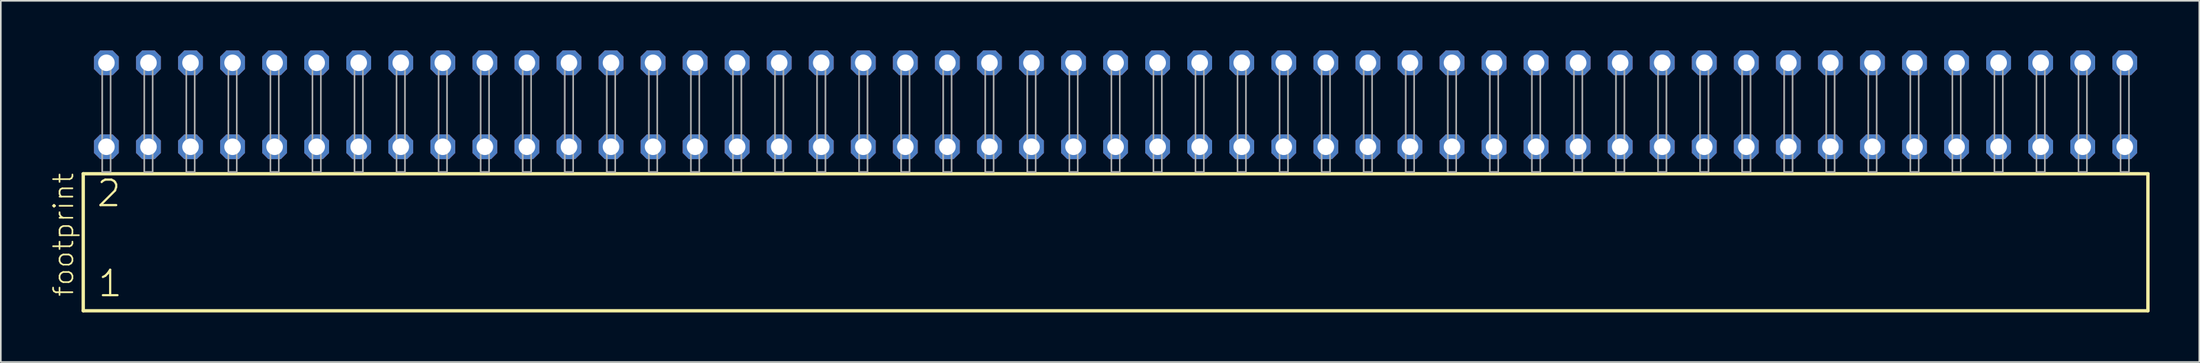
<source format=kicad_pcb>
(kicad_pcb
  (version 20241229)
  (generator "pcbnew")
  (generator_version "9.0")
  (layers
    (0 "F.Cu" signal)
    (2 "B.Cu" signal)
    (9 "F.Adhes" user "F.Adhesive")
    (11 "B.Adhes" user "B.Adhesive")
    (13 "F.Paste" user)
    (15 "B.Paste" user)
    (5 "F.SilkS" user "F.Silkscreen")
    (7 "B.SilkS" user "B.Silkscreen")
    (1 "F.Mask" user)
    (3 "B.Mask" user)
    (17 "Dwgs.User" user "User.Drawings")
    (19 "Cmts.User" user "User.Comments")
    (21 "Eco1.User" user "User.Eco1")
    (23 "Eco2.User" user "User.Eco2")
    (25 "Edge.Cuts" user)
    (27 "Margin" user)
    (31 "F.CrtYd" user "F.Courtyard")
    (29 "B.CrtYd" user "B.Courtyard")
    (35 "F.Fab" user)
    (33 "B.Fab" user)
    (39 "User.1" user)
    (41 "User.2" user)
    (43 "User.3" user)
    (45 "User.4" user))
  (footprint "footprint"
    (layer "F.Cu")
    (at 64.338 7.354)
    (property "Reference" "footprint" (at -62.865 7.62 90) (layer "F.SilkS") (effects (font (size 1.168 1.168) (thickness 0.102)) (justify left bottom)))
    (fp_line (start -62.359 0.106) (end -62.359 8.396) (stroke (width 0.203) (type solid)) (layer "F.SilkS"))
    (fp_line (start -62.359 8.396) (end 62.359 8.396) (stroke (width 0.203) (type solid)) (layer "F.SilkS"))
    (fp_line (start 62.359 0.106) (end -62.359 0.106) (stroke (width 0.203) (type solid)) (layer "F.SilkS"))
    (fp_line (start 62.359 8.396) (end 62.359 0.106) (stroke (width 0.203) (type solid)) (layer "F.SilkS"))
    (fp_poly (pts (xy -61.214 0) (xy -60.706 0) (xy -60.706 -6.858) (xy -61.214 -6.858)) (stroke (width 0.1) (type solid)) (fill no) (layer "F.Fab"))
    (fp_poly (pts (xy -58.674 0) (xy -58.166 0) (xy -58.166 -6.858) (xy -58.674 -6.858)) (stroke (width 0.1) (type solid)) (fill no) (layer "F.Fab"))
    (fp_poly (pts (xy -56.134 0) (xy -55.626 0) (xy -55.626 -6.858) (xy -56.134 -6.858)) (stroke (width 0.1) (type solid)) (fill no) (layer "F.Fab"))
    (fp_poly (pts (xy -53.594 0) (xy -53.086 0) (xy -53.086 -6.858) (xy -53.594 -6.858)) (stroke (width 0.1) (type solid)) (fill no) (layer "F.Fab"))
    (fp_poly (pts (xy -51.054 0) (xy -50.546 0) (xy -50.546 -6.858) (xy -51.054 -6.858)) (stroke (width 0.1) (type solid)) (fill no) (layer "F.Fab"))
    (fp_poly (pts (xy -48.514 0) (xy -48.006 0) (xy -48.006 -6.858) (xy -48.514 -6.858)) (stroke (width 0.1) (type solid)) (fill no) (layer "F.Fab"))
    (fp_poly (pts (xy -45.974 0) (xy -45.466 0) (xy -45.466 -6.858) (xy -45.974 -6.858)) (stroke (width 0.1) (type solid)) (fill no) (layer "F.Fab"))
    (fp_poly (pts (xy -43.434 0) (xy -42.926 0) (xy -42.926 -6.858) (xy -43.434 -6.858)) (stroke (width 0.1) (type solid)) (fill no) (layer "F.Fab"))
    (fp_poly (pts (xy -40.894 0) (xy -40.386 0) (xy -40.386 -6.858) (xy -40.894 -6.858)) (stroke (width 0.1) (type solid)) (fill no) (layer "F.Fab"))
    (fp_poly (pts (xy -38.354 0) (xy -37.846 0) (xy -37.846 -6.858) (xy -38.354 -6.858)) (stroke (width 0.1) (type solid)) (fill no) (layer "F.Fab"))
    (fp_poly (pts (xy -35.814 0) (xy -35.306 0) (xy -35.306 -6.858) (xy -35.814 -6.858)) (stroke (width 0.1) (type solid)) (fill no) (layer "F.Fab"))
    (fp_poly (pts (xy -33.274 0) (xy -32.766 0) (xy -32.766 -6.858) (xy -33.274 -6.858)) (stroke (width 0.1) (type solid)) (fill no) (layer "F.Fab"))
    (fp_poly (pts (xy -30.734 0) (xy -30.226 0) (xy -30.226 -6.858) (xy -30.734 -6.858)) (stroke (width 0.1) (type solid)) (fill no) (layer "F.Fab"))
    (fp_poly (pts (xy -28.194 0) (xy -27.686 0) (xy -27.686 -6.858) (xy -28.194 -6.858)) (stroke (width 0.1) (type solid)) (fill no) (layer "F.Fab"))
    (fp_poly (pts (xy -25.654 0) (xy -25.146 0) (xy -25.146 -6.858) (xy -25.654 -6.858)) (stroke (width 0.1) (type solid)) (fill no) (layer "F.Fab"))
    (fp_poly (pts (xy -23.114 0) (xy -22.606 0) (xy -22.606 -6.858) (xy -23.114 -6.858)) (stroke (width 0.1) (type solid)) (fill no) (layer "F.Fab"))
    (fp_poly (pts (xy -20.574 0) (xy -20.066 0) (xy -20.066 -6.858) (xy -20.574 -6.858)) (stroke (width 0.1) (type solid)) (fill no) (layer "F.Fab"))
    (fp_poly (pts (xy -18.034 0) (xy -17.526 0) (xy -17.526 -6.858) (xy -18.034 -6.858)) (stroke (width 0.1) (type solid)) (fill no) (layer "F.Fab"))
    (fp_poly (pts (xy -15.494 0) (xy -14.986 0) (xy -14.986 -6.858) (xy -15.494 -6.858)) (stroke (width 0.1) (type solid)) (fill no) (layer "F.Fab"))
    (fp_poly (pts (xy -12.954 0) (xy -12.446 0) (xy -12.446 -6.858) (xy -12.954 -6.858)) (stroke (width 0.1) (type solid)) (fill no) (layer "F.Fab"))
    (fp_poly (pts (xy -10.414 0) (xy -9.906 0) (xy -9.906 -6.858) (xy -10.414 -6.858)) (stroke (width 0.1) (type solid)) (fill no) (layer "F.Fab"))
    (fp_poly (pts (xy -7.874 0) (xy -7.366 0) (xy -7.366 -6.858) (xy -7.874 -6.858)) (stroke (width 0.1) (type solid)) (fill no) (layer "F.Fab"))
    (fp_poly (pts (xy -5.334 0) (xy -4.826 0) (xy -4.826 -6.858) (xy -5.334 -6.858)) (stroke (width 0.1) (type solid)) (fill no) (layer "F.Fab"))
    (fp_poly (pts (xy -2.794 0) (xy -2.286 0) (xy -2.286 -6.858) (xy -2.794 -6.858)) (stroke (width 0.1) (type solid)) (fill no) (layer "F.Fab"))
    (fp_poly (pts (xy -0.254 0) (xy 0.254 0) (xy 0.254 -6.858) (xy -0.254 -6.858)) (stroke (width 0.1) (type solid)) (fill no) (layer "F.Fab"))
    (fp_poly (pts (xy 2.286 0) (xy 2.794 0) (xy 2.794 -6.858) (xy 2.286 -6.858)) (stroke (width 0.1) (type solid)) (fill no) (layer "F.Fab"))
    (fp_poly (pts (xy 4.826 0) (xy 5.334 0) (xy 5.334 -6.858) (xy 4.826 -6.858)) (stroke (width 0.1) (type solid)) (fill no) (layer "F.Fab"))
    (fp_poly (pts (xy 7.366 0) (xy 7.874 0) (xy 7.874 -6.858) (xy 7.366 -6.858)) (stroke (width 0.1) (type solid)) (fill no) (layer "F.Fab"))
    (fp_poly (pts (xy 9.906 0) (xy 10.414 0) (xy 10.414 -6.858) (xy 9.906 -6.858)) (stroke (width 0.1) (type solid)) (fill no) (layer "F.Fab"))
    (fp_poly (pts (xy 12.446 0) (xy 12.954 0) (xy 12.954 -6.858) (xy 12.446 -6.858)) (stroke (width 0.1) (type solid)) (fill no) (layer "F.Fab"))
    (fp_poly (pts (xy 14.986 0) (xy 15.494 0) (xy 15.494 -6.858) (xy 14.986 -6.858)) (stroke (width 0.1) (type solid)) (fill no) (layer "F.Fab"))
    (fp_poly (pts (xy 17.526 0) (xy 18.034 0) (xy 18.034 -6.858) (xy 17.526 -6.858)) (stroke (width 0.1) (type solid)) (fill no) (layer "F.Fab"))
    (fp_poly (pts (xy 20.066 0) (xy 20.574 0) (xy 20.574 -6.858) (xy 20.066 -6.858)) (stroke (width 0.1) (type solid)) (fill no) (layer "F.Fab"))
    (fp_poly (pts (xy 22.606 0) (xy 23.114 0) (xy 23.114 -6.858) (xy 22.606 -6.858)) (stroke (width 0.1) (type solid)) (fill no) (layer "F.Fab"))
    (fp_poly (pts (xy 25.146 0) (xy 25.654 0) (xy 25.654 -6.858) (xy 25.146 -6.858)) (stroke (width 0.1) (type solid)) (fill no) (layer "F.Fab"))
    (fp_poly (pts (xy 27.686 0) (xy 28.194 0) (xy 28.194 -6.858) (xy 27.686 -6.858)) (stroke (width 0.1) (type solid)) (fill no) (layer "F.Fab"))
    (fp_poly (pts (xy 30.226 0) (xy 30.734 0) (xy 30.734 -6.858) (xy 30.226 -6.858)) (stroke (width 0.1) (type solid)) (fill no) (layer "F.Fab"))
    (fp_poly (pts (xy 32.766 0) (xy 33.274 0) (xy 33.274 -6.858) (xy 32.766 -6.858)) (stroke (width 0.1) (type solid)) (fill no) (layer "F.Fab"))
    (fp_poly (pts (xy 35.306 0) (xy 35.814 0) (xy 35.814 -6.858) (xy 35.306 -6.858)) (stroke (width 0.1) (type solid)) (fill no) (layer "F.Fab"))
    (fp_poly (pts (xy 37.846 0) (xy 38.354 0) (xy 38.354 -6.858) (xy 37.846 -6.858)) (stroke (width 0.1) (type solid)) (fill no) (layer "F.Fab"))
    (fp_poly (pts (xy 40.386 0) (xy 40.894 0) (xy 40.894 -6.858) (xy 40.386 -6.858)) (stroke (width 0.1) (type solid)) (fill no) (layer "F.Fab"))
    (fp_poly (pts (xy 42.926 0) (xy 43.434 0) (xy 43.434 -6.858) (xy 42.926 -6.858)) (stroke (width 0.1) (type solid)) (fill no) (layer "F.Fab"))
    (fp_poly (pts (xy 45.466 0) (xy 45.974 0) (xy 45.974 -6.858) (xy 45.466 -6.858)) (stroke (width 0.1) (type solid)) (fill no) (layer "F.Fab"))
    (fp_poly (pts (xy 48.006 0) (xy 48.514 0) (xy 48.514 -6.858) (xy 48.006 -6.858)) (stroke (width 0.1) (type solid)) (fill no) (layer "F.Fab"))
    (fp_poly (pts (xy 50.546 0) (xy 51.054 0) (xy 51.054 -6.858) (xy 50.546 -6.858)) (stroke (width 0.1) (type solid)) (fill no) (layer "F.Fab"))
    (fp_poly (pts (xy 53.086 0) (xy 53.594 0) (xy 53.594 -6.858) (xy 53.086 -6.858)) (stroke (width 0.1) (type solid)) (fill no) (layer "F.Fab"))
    (fp_poly (pts (xy 55.626 0) (xy 56.134 0) (xy 56.134 -6.858) (xy 55.626 -6.858)) (stroke (width 0.1) (type solid)) (fill no) (layer "F.Fab"))
    (fp_poly (pts (xy 58.166 0) (xy 58.674 0) (xy 58.674 -6.858) (xy 58.166 -6.858)) (stroke (width 0.1) (type solid)) (fill no) (layer "F.Fab"))
    (fp_poly (pts (xy 60.706 0) (xy 61.214 0) (xy 61.214 -6.858) (xy 60.706 -6.858)) (stroke (width 0.1) (type solid)) (fill no) (layer "F.Fab"))
    (fp_text user "1" (at -61.555 7.65 0) (layer "F.SilkS") (effects (font (size 1.542 1.542) (thickness 0.134)) (justify left bottom)))
    (fp_text user "2" (at -61.63 2.2 0) (layer "F.SilkS") (effects (font (size 1.542 1.542) (thickness 0.134)) (justify left bottom)))
    (pad "1" thru_hole roundrect (at -60.96 -1.524) (size 1.5 1.5) (drill 1) (layers "*.Cu" "*.Mask") (roundrect_rratio 0.25) (chamfer_ratio 0.25) (chamfer top_left top_right bottom_left bottom_right))
    (pad "2" thru_hole roundrect (at -60.96 -6.604) (size 1.5 1.5) (drill 1) (layers "*.Cu" "*.Mask") (roundrect_rratio 0.25) (chamfer_ratio 0.25) (chamfer top_left top_right bottom_left bottom_right))
    (pad "3" thru_hole roundrect (at -58.42 -1.524) (size 1.5 1.5) (drill 1) (layers "*.Cu" "*.Mask") (roundrect_rratio 0.25) (chamfer_ratio 0.25) (chamfer top_left top_right bottom_left bottom_right))
    (pad "4" thru_hole roundrect (at -58.42 -6.604) (size 1.5 1.5) (drill 1) (layers "*.Cu" "*.Mask") (roundrect_rratio 0.25) (chamfer_ratio 0.25) (chamfer top_left top_right bottom_left bottom_right))
    (pad "5" thru_hole roundrect (at -55.88 -1.524) (size 1.5 1.5) (drill 1) (layers "*.Cu" "*.Mask") (roundrect_rratio 0.25) (chamfer_ratio 0.25) (chamfer top_left top_right bottom_left bottom_right))
    (pad "6" thru_hole roundrect (at -55.88 -6.604) (size 1.5 1.5) (drill 1) (layers "*.Cu" "*.Mask") (roundrect_rratio 0.25) (chamfer_ratio 0.25) (chamfer top_left top_right bottom_left bottom_right))
    (pad "7" thru_hole roundrect (at -53.34 -1.524) (size 1.5 1.5) (drill 1) (layers "*.Cu" "*.Mask") (roundrect_rratio 0.25) (chamfer_ratio 0.25) (chamfer top_left top_right bottom_left bottom_right))
    (pad "8" thru_hole roundrect (at -53.34 -6.604) (size 1.5 1.5) (drill 1) (layers "*.Cu" "*.Mask") (roundrect_rratio 0.25) (chamfer_ratio 0.25) (chamfer top_left top_right bottom_left bottom_right))
    (pad "9" thru_hole roundrect (at -50.8 -1.524) (size 1.5 1.5) (drill 1) (layers "*.Cu" "*.Mask") (roundrect_rratio 0.25) (chamfer_ratio 0.25) (chamfer top_left top_right bottom_left bottom_right))
    (pad "10" thru_hole roundrect (at -50.8 -6.604) (size 1.5 1.5) (drill 1) (layers "*.Cu" "*.Mask") (roundrect_rratio 0.25) (chamfer_ratio 0.25) (chamfer top_left top_right bottom_left bottom_right))
    (pad "11" thru_hole roundrect (at -48.26 -1.524) (size 1.5 1.5) (drill 1) (layers "*.Cu" "*.Mask") (roundrect_rratio 0.25) (chamfer_ratio 0.25) (chamfer top_left top_right bottom_left bottom_right))
    (pad "12" thru_hole roundrect (at -48.26 -6.604) (size 1.5 1.5) (drill 1) (layers "*.Cu" "*.Mask") (roundrect_rratio 0.25) (chamfer_ratio 0.25) (chamfer top_left top_right bottom_left bottom_right))
    (pad "13" thru_hole roundrect (at -45.72 -1.524) (size 1.5 1.5) (drill 1) (layers "*.Cu" "*.Mask") (roundrect_rratio 0.25) (chamfer_ratio 0.25) (chamfer top_left top_right bottom_left bottom_right))
    (pad "14" thru_hole roundrect (at -45.72 -6.604) (size 1.5 1.5) (drill 1) (layers "*.Cu" "*.Mask") (roundrect_rratio 0.25) (chamfer_ratio 0.25) (chamfer top_left top_right bottom_left bottom_right))
    (pad "15" thru_hole roundrect (at -43.18 -1.524) (size 1.5 1.5) (drill 1) (layers "*.Cu" "*.Mask") (roundrect_rratio 0.25) (chamfer_ratio 0.25) (chamfer top_left top_right bottom_left bottom_right))
    (pad "16" thru_hole roundrect (at -43.18 -6.604) (size 1.5 1.5) (drill 1) (layers "*.Cu" "*.Mask") (roundrect_rratio 0.25) (chamfer_ratio 0.25) (chamfer top_left top_right bottom_left bottom_right))
    (pad "17" thru_hole roundrect (at -40.64 -1.524) (size 1.5 1.5) (drill 1) (layers "*.Cu" "*.Mask") (roundrect_rratio 0.25) (chamfer_ratio 0.25) (chamfer top_left top_right bottom_left bottom_right))
    (pad "18" thru_hole roundrect (at -40.64 -6.604) (size 1.5 1.5) (drill 1) (layers "*.Cu" "*.Mask") (roundrect_rratio 0.25) (chamfer_ratio 0.25) (chamfer top_left top_right bottom_left bottom_right))
    (pad "19" thru_hole roundrect (at -38.1 -1.524) (size 1.5 1.5) (drill 1) (layers "*.Cu" "*.Mask") (roundrect_rratio 0.25) (chamfer_ratio 0.25) (chamfer top_left top_right bottom_left bottom_right))
    (pad "20" thru_hole roundrect (at -38.1 -6.604) (size 1.5 1.5) (drill 1) (layers "*.Cu" "*.Mask") (roundrect_rratio 0.25) (chamfer_ratio 0.25) (chamfer top_left top_right bottom_left bottom_right))
    (pad "21" thru_hole roundrect (at -35.56 -1.524) (size 1.5 1.5) (drill 1) (layers "*.Cu" "*.Mask") (roundrect_rratio 0.25) (chamfer_ratio 0.25) (chamfer top_left top_right bottom_left bottom_right))
    (pad "22" thru_hole roundrect (at -35.56 -6.604) (size 1.5 1.5) (drill 1) (layers "*.Cu" "*.Mask") (roundrect_rratio 0.25) (chamfer_ratio 0.25) (chamfer top_left top_right bottom_left bottom_right))
    (pad "23" thru_hole roundrect (at -33.02 -1.524) (size 1.5 1.5) (drill 1) (layers "*.Cu" "*.Mask") (roundrect_rratio 0.25) (chamfer_ratio 0.25) (chamfer top_left top_right bottom_left bottom_right))
    (pad "24" thru_hole roundrect (at -33.02 -6.604) (size 1.5 1.5) (drill 1) (layers "*.Cu" "*.Mask") (roundrect_rratio 0.25) (chamfer_ratio 0.25) (chamfer top_left top_right bottom_left bottom_right))
    (pad "25" thru_hole roundrect (at -30.48 -1.524) (size 1.5 1.5) (drill 1) (layers "*.Cu" "*.Mask") (roundrect_rratio 0.25) (chamfer_ratio 0.25) (chamfer top_left top_right bottom_left bottom_right))
    (pad "26" thru_hole roundrect (at -30.48 -6.604) (size 1.5 1.5) (drill 1) (layers "*.Cu" "*.Mask") (roundrect_rratio 0.25) (chamfer_ratio 0.25) (chamfer top_left top_right bottom_left bottom_right))
    (pad "27" thru_hole roundrect (at -27.94 -1.524) (size 1.5 1.5) (drill 1) (layers "*.Cu" "*.Mask") (roundrect_rratio 0.25) (chamfer_ratio 0.25) (chamfer top_left top_right bottom_left bottom_right))
    (pad "28" thru_hole roundrect (at -27.94 -6.604) (size 1.5 1.5) (drill 1) (layers "*.Cu" "*.Mask") (roundrect_rratio 0.25) (chamfer_ratio 0.25) (chamfer top_left top_right bottom_left bottom_right))
    (pad "29" thru_hole roundrect (at -25.4 -1.524) (size 1.5 1.5) (drill 1) (layers "*.Cu" "*.Mask") (roundrect_rratio 0.25) (chamfer_ratio 0.25) (chamfer top_left top_right bottom_left bottom_right))
    (pad "30" thru_hole roundrect (at -25.4 -6.604) (size 1.5 1.5) (drill 1) (layers "*.Cu" "*.Mask") (roundrect_rratio 0.25) (chamfer_ratio 0.25) (chamfer top_left top_right bottom_left bottom_right))
    (pad "31" thru_hole roundrect (at -22.86 -1.524) (size 1.5 1.5) (drill 1) (layers "*.Cu" "*.Mask") (roundrect_rratio 0.25) (chamfer_ratio 0.25) (chamfer top_left top_right bottom_left bottom_right))
    (pad "32" thru_hole roundrect (at -22.86 -6.604) (size 1.5 1.5) (drill 1) (layers "*.Cu" "*.Mask") (roundrect_rratio 0.25) (chamfer_ratio 0.25) (chamfer top_left top_right bottom_left bottom_right))
    (pad "33" thru_hole roundrect (at -20.32 -1.524) (size 1.5 1.5) (drill 1) (layers "*.Cu" "*.Mask") (roundrect_rratio 0.25) (chamfer_ratio 0.25) (chamfer top_left top_right bottom_left bottom_right))
    (pad "34" thru_hole roundrect (at -20.32 -6.604) (size 1.5 1.5) (drill 1) (layers "*.Cu" "*.Mask") (roundrect_rratio 0.25) (chamfer_ratio 0.25) (chamfer top_left top_right bottom_left bottom_right))
    (pad "35" thru_hole roundrect (at -17.78 -1.524) (size 1.5 1.5) (drill 1) (layers "*.Cu" "*.Mask") (roundrect_rratio 0.25) (chamfer_ratio 0.25) (chamfer top_left top_right bottom_left bottom_right))
    (pad "36" thru_hole roundrect (at -17.78 -6.604) (size 1.5 1.5) (drill 1) (layers "*.Cu" "*.Mask") (roundrect_rratio 0.25) (chamfer_ratio 0.25) (chamfer top_left top_right bottom_left bottom_right))
    (pad "37" thru_hole roundrect (at -15.24 -1.524) (size 1.5 1.5) (drill 1) (layers "*.Cu" "*.Mask") (roundrect_rratio 0.25) (chamfer_ratio 0.25) (chamfer top_left top_right bottom_left bottom_right))
    (pad "38" thru_hole roundrect (at -15.24 -6.604) (size 1.5 1.5) (drill 1) (layers "*.Cu" "*.Mask") (roundrect_rratio 0.25) (chamfer_ratio 0.25) (chamfer top_left top_right bottom_left bottom_right))
    (pad "39" thru_hole roundrect (at -12.7 -1.524) (size 1.5 1.5) (drill 1) (layers "*.Cu" "*.Mask") (roundrect_rratio 0.25) (chamfer_ratio 0.25) (chamfer top_left top_right bottom_left bottom_right))
    (pad "40" thru_hole roundrect (at -12.7 -6.604) (size 1.5 1.5) (drill 1) (layers "*.Cu" "*.Mask") (roundrect_rratio 0.25) (chamfer_ratio 0.25) (chamfer top_left top_right bottom_left bottom_right))
    (pad "41" thru_hole roundrect (at -10.16 -1.524) (size 1.5 1.5) (drill 1) (layers "*.Cu" "*.Mask") (roundrect_rratio 0.25) (chamfer_ratio 0.25) (chamfer top_left top_right bottom_left bottom_right))
    (pad "42" thru_hole roundrect (at -10.16 -6.604) (size 1.5 1.5) (drill 1) (layers "*.Cu" "*.Mask") (roundrect_rratio 0.25) (chamfer_ratio 0.25) (chamfer top_left top_right bottom_left bottom_right))
    (pad "43" thru_hole roundrect (at -7.62 -1.524) (size 1.5 1.5) (drill 1) (layers "*.Cu" "*.Mask") (roundrect_rratio 0.25) (chamfer_ratio 0.25) (chamfer top_left top_right bottom_left bottom_right))
    (pad "44" thru_hole roundrect (at -7.62 -6.604) (size 1.5 1.5) (drill 1) (layers "*.Cu" "*.Mask") (roundrect_rratio 0.25) (chamfer_ratio 0.25) (chamfer top_left top_right bottom_left bottom_right))
    (pad "45" thru_hole roundrect (at -5.08 -1.524) (size 1.5 1.5) (drill 1) (layers "*.Cu" "*.Mask") (roundrect_rratio 0.25) (chamfer_ratio 0.25) (chamfer top_left top_right bottom_left bottom_right))
    (pad "46" thru_hole roundrect (at -5.08 -6.604) (size 1.5 1.5) (drill 1) (layers "*.Cu" "*.Mask") (roundrect_rratio 0.25) (chamfer_ratio 0.25) (chamfer top_left top_right bottom_left bottom_right))
    (pad "47" thru_hole roundrect (at -2.54 -1.524) (size 1.5 1.5) (drill 1) (layers "*.Cu" "*.Mask") (roundrect_rratio 0.25) (chamfer_ratio 0.25) (chamfer top_left top_right bottom_left bottom_right))
    (pad "48" thru_hole roundrect (at -2.54 -6.604) (size 1.5 1.5) (drill 1) (layers "*.Cu" "*.Mask") (roundrect_rratio 0.25) (chamfer_ratio 0.25) (chamfer top_left top_right bottom_left bottom_right))
    (pad "49" thru_hole roundrect (at 0 -1.524) (size 1.5 1.5) (drill 1) (layers "*.Cu" "*.Mask") (roundrect_rratio 0.25) (chamfer_ratio 0.25) (chamfer top_left top_right bottom_left bottom_right))
    (pad "50" thru_hole roundrect (at 0 -6.604) (size 1.5 1.5) (drill 1) (layers "*.Cu" "*.Mask") (roundrect_rratio 0.25) (chamfer_ratio 0.25) (chamfer top_left top_right bottom_left bottom_right))
    (pad "51" thru_hole roundrect (at 2.54 -1.524) (size 1.5 1.5) (drill 1) (layers "*.Cu" "*.Mask") (roundrect_rratio 0.25) (chamfer_ratio 0.25) (chamfer top_left top_right bottom_left bottom_right))
    (pad "52" thru_hole roundrect (at 2.54 -6.604) (size 1.5 1.5) (drill 1) (layers "*.Cu" "*.Mask") (roundrect_rratio 0.25) (chamfer_ratio 0.25) (chamfer top_left top_right bottom_left bottom_right))
    (pad "53" thru_hole roundrect (at 5.08 -1.524) (size 1.5 1.5) (drill 1) (layers "*.Cu" "*.Mask") (roundrect_rratio 0.25) (chamfer_ratio 0.25) (chamfer top_left top_right bottom_left bottom_right))
    (pad "54" thru_hole roundrect (at 5.08 -6.604) (size 1.5 1.5) (drill 1) (layers "*.Cu" "*.Mask") (roundrect_rratio 0.25) (chamfer_ratio 0.25) (chamfer top_left top_right bottom_left bottom_right))
    (pad "55" thru_hole roundrect (at 7.62 -1.524) (size 1.5 1.5) (drill 1) (layers "*.Cu" "*.Mask") (roundrect_rratio 0.25) (chamfer_ratio 0.25) (chamfer top_left top_right bottom_left bottom_right))
    (pad "56" thru_hole roundrect (at 7.62 -6.604) (size 1.5 1.5) (drill 1) (layers "*.Cu" "*.Mask") (roundrect_rratio 0.25) (chamfer_ratio 0.25) (chamfer top_left top_right bottom_left bottom_right))
    (pad "57" thru_hole roundrect (at 10.16 -1.524) (size 1.5 1.5) (drill 1) (layers "*.Cu" "*.Mask") (roundrect_rratio 0.25) (chamfer_ratio 0.25) (chamfer top_left top_right bottom_left bottom_right))
    (pad "58" thru_hole roundrect (at 10.16 -6.604) (size 1.5 1.5) (drill 1) (layers "*.Cu" "*.Mask") (roundrect_rratio 0.25) (chamfer_ratio 0.25) (chamfer top_left top_right bottom_left bottom_right))
    (pad "59" thru_hole roundrect (at 12.7 -1.524) (size 1.5 1.5) (drill 1) (layers "*.Cu" "*.Mask") (roundrect_rratio 0.25) (chamfer_ratio 0.25) (chamfer top_left top_right bottom_left bottom_right))
    (pad "60" thru_hole roundrect (at 12.7 -6.604) (size 1.5 1.5) (drill 1) (layers "*.Cu" "*.Mask") (roundrect_rratio 0.25) (chamfer_ratio 0.25) (chamfer top_left top_right bottom_left bottom_right))
    (pad "61" thru_hole roundrect (at 15.24 -1.524) (size 1.5 1.5) (drill 1) (layers "*.Cu" "*.Mask") (roundrect_rratio 0.25) (chamfer_ratio 0.25) (chamfer top_left top_right bottom_left bottom_right))
    (pad "62" thru_hole roundrect (at 15.24 -6.604) (size 1.5 1.5) (drill 1) (layers "*.Cu" "*.Mask") (roundrect_rratio 0.25) (chamfer_ratio 0.25) (chamfer top_left top_right bottom_left bottom_right))
    (pad "63" thru_hole roundrect (at 17.78 -1.524) (size 1.5 1.5) (drill 1) (layers "*.Cu" "*.Mask") (roundrect_rratio 0.25) (chamfer_ratio 0.25) (chamfer top_left top_right bottom_left bottom_right))
    (pad "64" thru_hole roundrect (at 17.78 -6.604) (size 1.5 1.5) (drill 1) (layers "*.Cu" "*.Mask") (roundrect_rratio 0.25) (chamfer_ratio 0.25) (chamfer top_left top_right bottom_left bottom_right))
    (pad "65" thru_hole roundrect (at 20.32 -1.524) (size 1.5 1.5) (drill 1) (layers "*.Cu" "*.Mask") (roundrect_rratio 0.25) (chamfer_ratio 0.25) (chamfer top_left top_right bottom_left bottom_right))
    (pad "66" thru_hole roundrect (at 20.32 -6.604) (size 1.5 1.5) (drill 1) (layers "*.Cu" "*.Mask") (roundrect_rratio 0.25) (chamfer_ratio 0.25) (chamfer top_left top_right bottom_left bottom_right))
    (pad "67" thru_hole roundrect (at 22.86 -1.524) (size 1.5 1.5) (drill 1) (layers "*.Cu" "*.Mask") (roundrect_rratio 0.25) (chamfer_ratio 0.25) (chamfer top_left top_right bottom_left bottom_right))
    (pad "68" thru_hole roundrect (at 22.86 -6.604) (size 1.5 1.5) (drill 1) (layers "*.Cu" "*.Mask") (roundrect_rratio 0.25) (chamfer_ratio 0.25) (chamfer top_left top_right bottom_left bottom_right))
    (pad "69" thru_hole roundrect (at 25.4 -1.524) (size 1.5 1.5) (drill 1) (layers "*.Cu" "*.Mask") (roundrect_rratio 0.25) (chamfer_ratio 0.25) (chamfer top_left top_right bottom_left bottom_right))
    (pad "70" thru_hole roundrect (at 25.4 -6.604) (size 1.5 1.5) (drill 1) (layers "*.Cu" "*.Mask") (roundrect_rratio 0.25) (chamfer_ratio 0.25) (chamfer top_left top_right bottom_left bottom_right))
    (pad "71" thru_hole roundrect (at 27.94 -1.524) (size 1.5 1.5) (drill 1) (layers "*.Cu" "*.Mask") (roundrect_rratio 0.25) (chamfer_ratio 0.25) (chamfer top_left top_right bottom_left bottom_right))
    (pad "72" thru_hole roundrect (at 27.94 -6.604) (size 1.5 1.5) (drill 1) (layers "*.Cu" "*.Mask") (roundrect_rratio 0.25) (chamfer_ratio 0.25) (chamfer top_left top_right bottom_left bottom_right))
    (pad "73" thru_hole roundrect (at 30.48 -1.524) (size 1.5 1.5) (drill 1) (layers "*.Cu" "*.Mask") (roundrect_rratio 0.25) (chamfer_ratio 0.25) (chamfer top_left top_right bottom_left bottom_right))
    (pad "74" thru_hole roundrect (at 30.48 -6.604) (size 1.5 1.5) (drill 1) (layers "*.Cu" "*.Mask") (roundrect_rratio 0.25) (chamfer_ratio 0.25) (chamfer top_left top_right bottom_left bottom_right))
    (pad "75" thru_hole roundrect (at 33.02 -1.524) (size 1.5 1.5) (drill 1) (layers "*.Cu" "*.Mask") (roundrect_rratio 0.25) (chamfer_ratio 0.25) (chamfer top_left top_right bottom_left bottom_right))
    (pad "76" thru_hole roundrect (at 33.02 -6.604) (size 1.5 1.5) (drill 1) (layers "*.Cu" "*.Mask") (roundrect_rratio 0.25) (chamfer_ratio 0.25) (chamfer top_left top_right bottom_left bottom_right))
    (pad "77" thru_hole roundrect (at 35.56 -1.524) (size 1.5 1.5) (drill 1) (layers "*.Cu" "*.Mask") (roundrect_rratio 0.25) (chamfer_ratio 0.25) (chamfer top_left top_right bottom_left bottom_right))
    (pad "78" thru_hole roundrect (at 35.56 -6.604) (size 1.5 1.5) (drill 1) (layers "*.Cu" "*.Mask") (roundrect_rratio 0.25) (chamfer_ratio 0.25) (chamfer top_left top_right bottom_left bottom_right))
    (pad "79" thru_hole roundrect (at 38.1 -1.524) (size 1.5 1.5) (drill 1) (layers "*.Cu" "*.Mask") (roundrect_rratio 0.25) (chamfer_ratio 0.25) (chamfer top_left top_right bottom_left bottom_right))
    (pad "80" thru_hole roundrect (at 38.1 -6.604) (size 1.5 1.5) (drill 1) (layers "*.Cu" "*.Mask") (roundrect_rratio 0.25) (chamfer_ratio 0.25) (chamfer top_left top_right bottom_left bottom_right))
    (pad "81" thru_hole roundrect (at 40.64 -1.524) (size 1.5 1.5) (drill 1) (layers "*.Cu" "*.Mask") (roundrect_rratio 0.25) (chamfer_ratio 0.25) (chamfer top_left top_right bottom_left bottom_right))
    (pad "82" thru_hole roundrect (at 40.64 -6.604) (size 1.5 1.5) (drill 1) (layers "*.Cu" "*.Mask") (roundrect_rratio 0.25) (chamfer_ratio 0.25) (chamfer top_left top_right bottom_left bottom_right))
    (pad "83" thru_hole roundrect (at 43.18 -1.524) (size 1.5 1.5) (drill 1) (layers "*.Cu" "*.Mask") (roundrect_rratio 0.25) (chamfer_ratio 0.25) (chamfer top_left top_right bottom_left bottom_right))
    (pad "84" thru_hole roundrect (at 43.18 -6.604) (size 1.5 1.5) (drill 1) (layers "*.Cu" "*.Mask") (roundrect_rratio 0.25) (chamfer_ratio 0.25) (chamfer top_left top_right bottom_left bottom_right))
    (pad "85" thru_hole roundrect (at 45.72 -1.524) (size 1.5 1.5) (drill 1) (layers "*.Cu" "*.Mask") (roundrect_rratio 0.25) (chamfer_ratio 0.25) (chamfer top_left top_right bottom_left bottom_right))
    (pad "86" thru_hole roundrect (at 45.72 -6.604) (size 1.5 1.5) (drill 1) (layers "*.Cu" "*.Mask") (roundrect_rratio 0.25) (chamfer_ratio 0.25) (chamfer top_left top_right bottom_left bottom_right))
    (pad "87" thru_hole roundrect (at 48.26 -1.524) (size 1.5 1.5) (drill 1) (layers "*.Cu" "*.Mask") (roundrect_rratio 0.25) (chamfer_ratio 0.25) (chamfer top_left top_right bottom_left bottom_right))
    (pad "88" thru_hole roundrect (at 48.26 -6.604) (size 1.5 1.5) (drill 1) (layers "*.Cu" "*.Mask") (roundrect_rratio 0.25) (chamfer_ratio 0.25) (chamfer top_left top_right bottom_left bottom_right))
    (pad "89" thru_hole roundrect (at 50.8 -1.524) (size 1.5 1.5) (drill 1) (layers "*.Cu" "*.Mask") (roundrect_rratio 0.25) (chamfer_ratio 0.25) (chamfer top_left top_right bottom_left bottom_right))
    (pad "90" thru_hole roundrect (at 50.8 -6.604) (size 1.5 1.5) (drill 1) (layers "*.Cu" "*.Mask") (roundrect_rratio 0.25) (chamfer_ratio 0.25) (chamfer top_left top_right bottom_left bottom_right))
    (pad "91" thru_hole roundrect (at 53.34 -1.524) (size 1.5 1.5) (drill 1) (layers "*.Cu" "*.Mask") (roundrect_rratio 0.25) (chamfer_ratio 0.25) (chamfer top_left top_right bottom_left bottom_right))
    (pad "92" thru_hole roundrect (at 53.34 -6.604) (size 1.5 1.5) (drill 1) (layers "*.Cu" "*.Mask") (roundrect_rratio 0.25) (chamfer_ratio 0.25) (chamfer top_left top_right bottom_left bottom_right))
    (pad "93" thru_hole roundrect (at 55.88 -1.524) (size 1.5 1.5) (drill 1) (layers "*.Cu" "*.Mask") (roundrect_rratio 0.25) (chamfer_ratio 0.25) (chamfer top_left top_right bottom_left bottom_right))
    (pad "94" thru_hole roundrect (at 55.88 -6.604) (size 1.5 1.5) (drill 1) (layers "*.Cu" "*.Mask") (roundrect_rratio 0.25) (chamfer_ratio 0.25) (chamfer top_left top_right bottom_left bottom_right))
    (pad "95" thru_hole roundrect (at 58.42 -1.524) (size 1.5 1.5) (drill 1) (layers "*.Cu" "*.Mask") (roundrect_rratio 0.25) (chamfer_ratio 0.25) (chamfer top_left top_right bottom_left bottom_right))
    (pad "96" thru_hole roundrect (at 58.42 -6.604) (size 1.5 1.5) (drill 1) (layers "*.Cu" "*.Mask") (roundrect_rratio 0.25) (chamfer_ratio 0.25) (chamfer top_left top_right bottom_left bottom_right))
    (pad "97" thru_hole roundrect (at 60.96 -1.524) (size 1.5 1.5) (drill 1) (layers "*.Cu" "*.Mask") (roundrect_rratio 0.25) (chamfer_ratio 0.25) (chamfer top_left top_right bottom_left bottom_right))
    (pad "98" thru_hole roundrect (at 60.96 -6.604) (size 1.5 1.5) (drill 1) (layers "*.Cu" "*.Mask") (roundrect_rratio 0.25) (chamfer_ratio 0.25) (chamfer top_left top_right bottom_left bottom_right)))
  (gr_rect
    (start -3 -3)
    (end 129.799 18.852)
    (stroke (width 0.1) (type default))
    (fill no)
    (layer "Edge.Cuts")))
</source>
